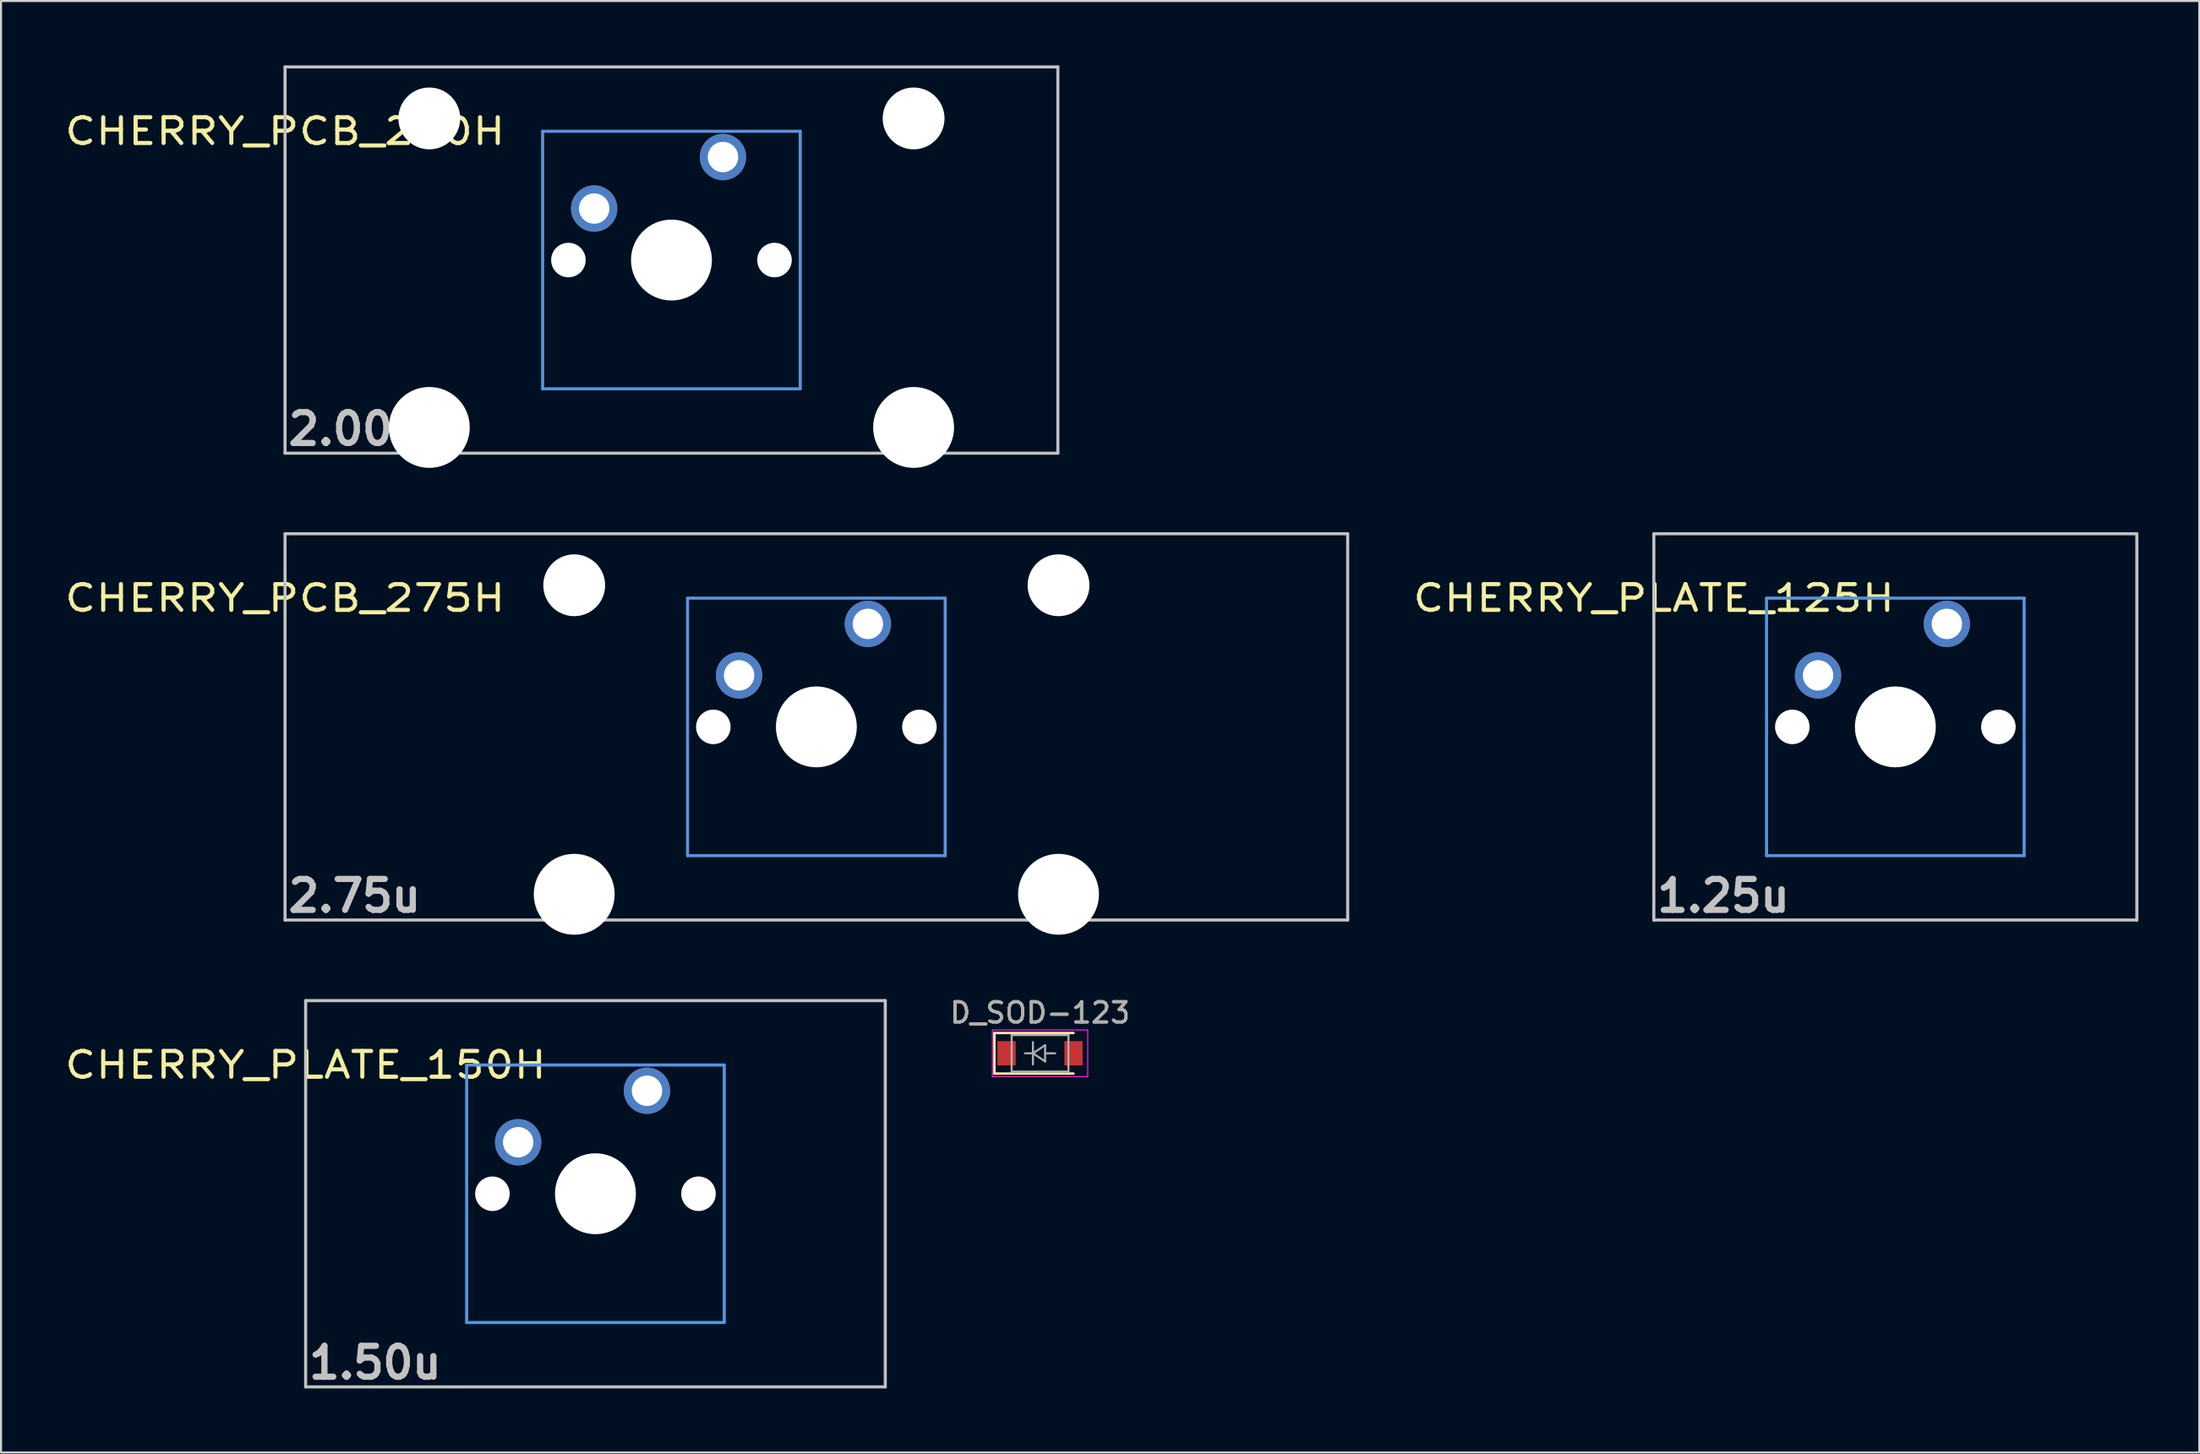
<source format=kicad_pcb>
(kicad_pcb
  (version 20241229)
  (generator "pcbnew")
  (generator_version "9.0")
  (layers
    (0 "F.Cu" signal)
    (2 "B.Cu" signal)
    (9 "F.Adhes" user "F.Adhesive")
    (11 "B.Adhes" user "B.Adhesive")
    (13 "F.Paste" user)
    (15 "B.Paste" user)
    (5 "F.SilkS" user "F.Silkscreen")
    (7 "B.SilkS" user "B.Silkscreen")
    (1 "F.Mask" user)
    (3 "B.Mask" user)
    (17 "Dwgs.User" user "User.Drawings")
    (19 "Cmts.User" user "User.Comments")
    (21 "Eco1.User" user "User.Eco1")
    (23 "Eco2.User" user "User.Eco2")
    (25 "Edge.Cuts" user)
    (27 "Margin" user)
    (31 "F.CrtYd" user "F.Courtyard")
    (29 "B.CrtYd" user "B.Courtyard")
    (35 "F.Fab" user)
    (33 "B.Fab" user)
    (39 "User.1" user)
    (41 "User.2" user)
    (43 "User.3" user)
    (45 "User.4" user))
  (footprint "D_SOD-123"
    (layer "F.Cu")
    (at 48.223 48.896)
    (property "Reference" "D_SOD-123" (at 0 -2 0) (layer "F.SilkS") (effects (font (size 1 1) (thickness 0.15))))
    (attr smd)
    (fp_line (start -2.25 -1) (end -2.25 1) (stroke (width 0.12) (type solid)) (layer "F.SilkS"))
    (fp_line (start -2.25 -1) (end 1.65 -1) (stroke (width 0.12) (type solid)) (layer "F.SilkS"))
    (fp_line (start -2.25 1) (end 1.65 1) (stroke (width 0.12) (type solid)) (layer "F.SilkS"))
    (fp_line (start -2.35 -1.15) (end -2.35 1.15) (stroke (width 0.05) (type solid)) (layer "F.CrtYd"))
    (fp_line (start -2.35 -1.15) (end 2.35 -1.15) (stroke (width 0.05) (type solid)) (layer "F.CrtYd"))
    (fp_line (start 2.35 -1.15) (end 2.35 1.15) (stroke (width 0.05) (type solid)) (layer "F.CrtYd"))
    (fp_line (start 2.35 1.15) (end -2.35 1.15) (stroke (width 0.05) (type solid)) (layer "F.CrtYd"))
    (fp_line (start -1.4 -0.9) (end 1.4 -0.9) (stroke (width 0.1) (type solid)) (layer "F.Fab"))
    (fp_line (start -1.4 0.9) (end -1.4 -0.9) (stroke (width 0.1) (type solid)) (layer "F.Fab"))
    (fp_line (start -0.75 0) (end -0.35 0) (stroke (width 0.1) (type solid)) (layer "F.Fab"))
    (fp_line (start -0.35 0) (end -0.35 -0.55) (stroke (width 0.1) (type solid)) (layer "F.Fab"))
    (fp_line (start -0.35 0) (end -0.35 0.55) (stroke (width 0.1) (type solid)) (layer "F.Fab"))
    (fp_line (start -0.35 0) (end 0.25 -0.4) (stroke (width 0.1) (type solid)) (layer "F.Fab"))
    (fp_line (start 0.25 -0.4) (end 0.25 0.4) (stroke (width 0.1) (type solid)) (layer "F.Fab"))
    (fp_line (start 0.25 0) (end 0.75 0) (stroke (width 0.1) (type solid)) (layer "F.Fab"))
    (fp_line (start 0.25 0.4) (end -0.35 0) (stroke (width 0.1) (type solid)) (layer "F.Fab"))
    (fp_line (start 1.4 -0.9) (end 1.4 0.9) (stroke (width 0.1) (type solid)) (layer "F.Fab"))
    (fp_line (start 1.4 0.9) (end -1.4 0.9) (stroke (width 0.1) (type solid)) (layer "F.Fab"))
    (fp_text user "${REFERENCE}" (at 0 -2 0) (layer "F.Fab") (effects (font (size 1 1) (thickness 0.15))))
    (pad "1" smd rect (at -1.65 0) (size 0.9 1.2) (layers "F.Cu" "F.Mask" "F.Paste"))
    (pad "2" smd rect (at 1.65 0) (size 0.9 1.2) (layers "F.Cu" "F.Mask" "F.Paste")))
  (footprint "CHERRY_PCB_275H"
    (layer "F.Cu")
    (at 11.002 23.274)
    (property "Reference" "CHERRY_PCB_275H" (at 0 3.175 0) (layer "F.SilkS") (effects (font (size 1.27 1.524) (thickness 0.203))))
    (fp_line (start 0 0) (end 52.388 0) (stroke (width 0.152) (type solid)) (layer "Dwgs.User"))
    (fp_line (start 0 19.05) (end 0 0) (stroke (width 0.152) (type solid)) (layer "Dwgs.User"))
    (fp_line (start 52.388 0) (end 52.388 19.05) (stroke (width 0.152) (type solid)) (layer "Dwgs.User"))
    (fp_line (start 52.388 19.05) (end 0 19.05) (stroke (width 0.152) (type solid)) (layer "Dwgs.User"))
    (fp_line (start 19.844 3.175) (end 32.544 3.175) (stroke (width 0.152) (type solid)) (layer "Cmts.User"))
    (fp_line (start 19.844 15.875) (end 19.844 3.175) (stroke (width 0.152) (type solid)) (layer "Cmts.User"))
    (fp_line (start 32.544 3.175) (end 32.544 15.875) (stroke (width 0.152) (type solid)) (layer "Cmts.User"))
    (fp_line (start 32.544 15.875) (end 19.844 15.875) (stroke (width 0.152) (type solid)) (layer "Cmts.User"))
    (fp_text user "2.75u" (at 0 17.859 0) (layer "Dwgs.User") (effects (font (size 1.524 1.524) (thickness 0.305)) (justify left)))
    (pad "" np_thru_hole circle (at 14.256 2.54) (size 3.048 3.048) (drill 3.048) (layers "*.Cu" "*.Mask"))
    (pad "" np_thru_hole circle (at 14.256 17.78) (size 3.988 3.988) (drill 3.988) (layers "*.Cu" "*.Mask"))
    (pad "" np_thru_hole circle (at 21.114 9.525) (size 1.702 1.702) (drill 1.702) (layers "*.Cu" "*.Mask"))
    (pad "" np_thru_hole circle (at 26.194 9.525) (size 3.988 3.988) (drill 3.988) (layers "*.Cu" "*.Mask"))
    (pad "" np_thru_hole circle (at 31.274 9.525) (size 1.702 1.702) (drill 1.702) (layers "*.Cu" "*.Mask"))
    (pad "" np_thru_hole circle (at 38.132 2.54) (size 3.048 3.048) (drill 3.048) (layers "*.Cu" "*.Mask"))
    (pad "" np_thru_hole circle (at 38.132 17.78) (size 3.988 3.988) (drill 3.988) (layers "*.Cu" "*.Mask"))
    (pad "1" thru_hole circle (at 28.734 4.445) (size 2.286 2.286) (drill 1.499) (layers "*.Cu" "*.Mask"))
    (pad "2" thru_hole circle (at 22.384 6.985) (size 2.286 2.286) (drill 1.499) (layers "*.Cu" "*.Mask")))
  (footprint "CHERRY_PCB_200H"
    (layer "F.Cu")
    (at 11.002 0.25)
    (property "Reference" "CHERRY_PCB_200H" (at 0 3.175 0) (layer "F.SilkS") (effects (font (size 1.27 1.524) (thickness 0.203))))
    (attr through_hole)
    (fp_line (start -0.00008 -0.00004) (end 38.1 -0.00004) (stroke (width 0.152) (type solid)) (layer "Dwgs.User"))
    (fp_line (start -0.00008 19.05) (end -0.00008 -0.00004) (stroke (width 0.152) (type solid)) (layer "Dwgs.User"))
    (fp_line (start 38.1 -0.00004) (end 38.1 19.05) (stroke (width 0.152) (type solid)) (layer "Dwgs.User"))
    (fp_line (start 38.1 19.05) (end -0.00008 19.05) (stroke (width 0.152) (type solid)) (layer "Dwgs.User"))
    (fp_line (start 12.7 3.175) (end 25.4 3.175) (stroke (width 0.152) (type solid)) (layer "Cmts.User"))
    (fp_line (start 12.7 15.875) (end 12.7 3.175) (stroke (width 0.152) (type solid)) (layer "Cmts.User"))
    (fp_line (start 25.4 3.175) (end 25.4 15.875) (stroke (width 0.152) (type solid)) (layer "Cmts.User"))
    (fp_line (start 25.4 15.875) (end 12.7 15.875) (stroke (width 0.152) (type solid)) (layer "Cmts.User"))
    (fp_text user "2.00u" (at 0 17.859 0) (layer "Dwgs.User") (effects (font (size 1.524 1.524) (thickness 0.305)) (justify left)))
    (pad "" np_thru_hole circle (at 7.112 2.54) (size 3.048 3.048) (drill 3.048) (layers "*.Cu" "*.Mask"))
    (pad "" np_thru_hole circle (at 7.112 17.78) (size 3.988 3.988) (drill 3.988) (layers "*.Cu" "*.Mask"))
    (pad "" np_thru_hole circle (at 13.97 9.525) (size 1.702 1.702) (drill 1.702) (layers "*.Cu" "*.Mask"))
    (pad "" np_thru_hole circle (at 19.05 9.525) (size 3.988 3.988) (drill 3.988) (layers "*.Cu" "*.Mask"))
    (pad "" np_thru_hole circle (at 24.13 9.525) (size 1.702 1.702) (drill 1.702) (layers "*.Cu" "*.Mask"))
    (pad "" np_thru_hole circle (at 30.988 2.54) (size 3.048 3.048) (drill 3.048) (layers "*.Cu" "*.Mask"))
    (pad "" np_thru_hole circle (at 30.988 17.78) (size 3.988 3.988) (drill 3.988) (layers "*.Cu" "*.Mask"))
    (pad "1" thru_hole circle (at 21.59 4.445) (size 2.286 2.286) (drill 1.499) (layers "*.Cu" "*.Mask"))
    (pad "2" thru_hole circle (at 15.24 6.985) (size 2.286 2.286) (drill 1.499) (layers "*.Cu" "*.Mask")))
  (footprint "CHERRY_PLATE_125H"
    (layer "F.Cu")
    (at 78.483 23.274)
    (property "Reference" "CHERRY_PLATE_125H" (at 0 3.175 0) (layer "F.SilkS") (effects (font (size 1.27 1.524) (thickness 0.203))))
    (fp_line (start 0 0) (end 23.812 0) (stroke (width 0.152) (type solid)) (layer "Dwgs.User"))
    (fp_line (start 0 19.05) (end 0 0) (stroke (width 0.152) (type solid)) (layer "Dwgs.User"))
    (fp_line (start 23.812 0) (end 23.812 19.05) (stroke (width 0.152) (type solid)) (layer "Dwgs.User"))
    (fp_line (start 23.812 19.05) (end 0 19.05) (stroke (width 0.152) (type solid)) (layer "Dwgs.User"))
    (fp_line (start 5.556 3.175) (end 18.256 3.175) (stroke (width 0.152) (type solid)) (layer "Cmts.User"))
    (fp_line (start 5.556 15.875) (end 5.556 3.175) (stroke (width 0.152) (type solid)) (layer "Cmts.User"))
    (fp_line (start 18.256 3.175) (end 18.256 15.875) (stroke (width 0.152) (type solid)) (layer "Cmts.User"))
    (fp_line (start 18.256 15.875) (end 5.556 15.875) (stroke (width 0.152) (type solid)) (layer "Cmts.User"))
    (fp_text user "1.25u" (at 0 17.859 0) (layer "Dwgs.User") (effects (font (size 1.524 1.524) (thickness 0.305)) (justify left)))
    (pad "" np_thru_hole circle (at 6.826 9.525) (size 1.702 1.702) (drill 1.702) (layers "*.Cu" "*.Mask"))
    (pad "" np_thru_hole circle (at 11.906 9.525) (size 3.988 3.988) (drill 3.988) (layers "*.Cu" "*.Mask"))
    (pad "" np_thru_hole circle (at 16.986 9.525) (size 1.702 1.702) (drill 1.702) (layers "*.Cu" "*.Mask"))
    (pad "1" thru_hole circle (at 14.446 4.445) (size 2.286 2.286) (drill 1.499) (layers "*.Cu" "*.Mask"))
    (pad "2" thru_hole circle (at 8.096 6.985) (size 2.286 2.286) (drill 1.499) (layers "*.Cu" "*.Mask")))
  (footprint "CHERRY_PLATE_150H"
    (layer "F.Cu")
    (at 12.018 46.298)
    (property "Reference" "CHERRY_PLATE_150H" (at 0 3.175 0) (layer "F.SilkS") (effects (font (size 1.27 1.524) (thickness 0.203))))
    (fp_line (start 0 0) (end 28.575 0) (stroke (width 0.152) (type solid)) (layer "Dwgs.User"))
    (fp_line (start 0 19.05) (end 0 0) (stroke (width 0.152) (type solid)) (layer "Dwgs.User"))
    (fp_line (start 28.575 0) (end 28.575 19.05) (stroke (width 0.152) (type solid)) (layer "Dwgs.User"))
    (fp_line (start 28.575 19.05) (end 0 19.05) (stroke (width 0.152) (type solid)) (layer "Dwgs.User"))
    (fp_line (start 7.938 3.175) (end 20.637 3.175) (stroke (width 0.152) (type solid)) (layer "Cmts.User"))
    (fp_line (start 7.938 15.875) (end 7.938 3.175) (stroke (width 0.152) (type solid)) (layer "Cmts.User"))
    (fp_line (start 20.637 3.175) (end 20.637 15.875) (stroke (width 0.152) (type solid)) (layer "Cmts.User"))
    (fp_line (start 20.637 15.875) (end 7.938 15.875) (stroke (width 0.152) (type solid)) (layer "Cmts.User"))
    (fp_text user "1.50u" (at 0 17.859 0) (layer "Dwgs.User") (effects (font (size 1.524 1.524) (thickness 0.305)) (justify left)))
    (pad "" np_thru_hole circle (at 9.207 9.525) (size 1.702 1.702) (drill 1.702) (layers "*.Cu" "*.Mask"))
    (pad "" np_thru_hole circle (at 14.287 9.525) (size 3.988 3.988) (drill 3.988) (layers "*.Cu" "*.Mask"))
    (pad "" np_thru_hole circle (at 19.367 9.525) (size 1.702 1.702) (drill 1.702) (layers "*.Cu" "*.Mask"))
    (pad "1" thru_hole circle (at 16.828 4.445) (size 2.286 2.286) (drill 1.499) (layers "*.Cu" "*.Mask"))
    (pad "2" thru_hole circle (at 10.477 6.985) (size 2.286 2.286) (drill 1.499) (layers "*.Cu" "*.Mask")))
  (gr_rect
    (start -3 -3)
    (end 105.372 68.584)
    (stroke (width 0.1) (type default))
    (fill no)
    (layer "Edge.Cuts")))
</source>
